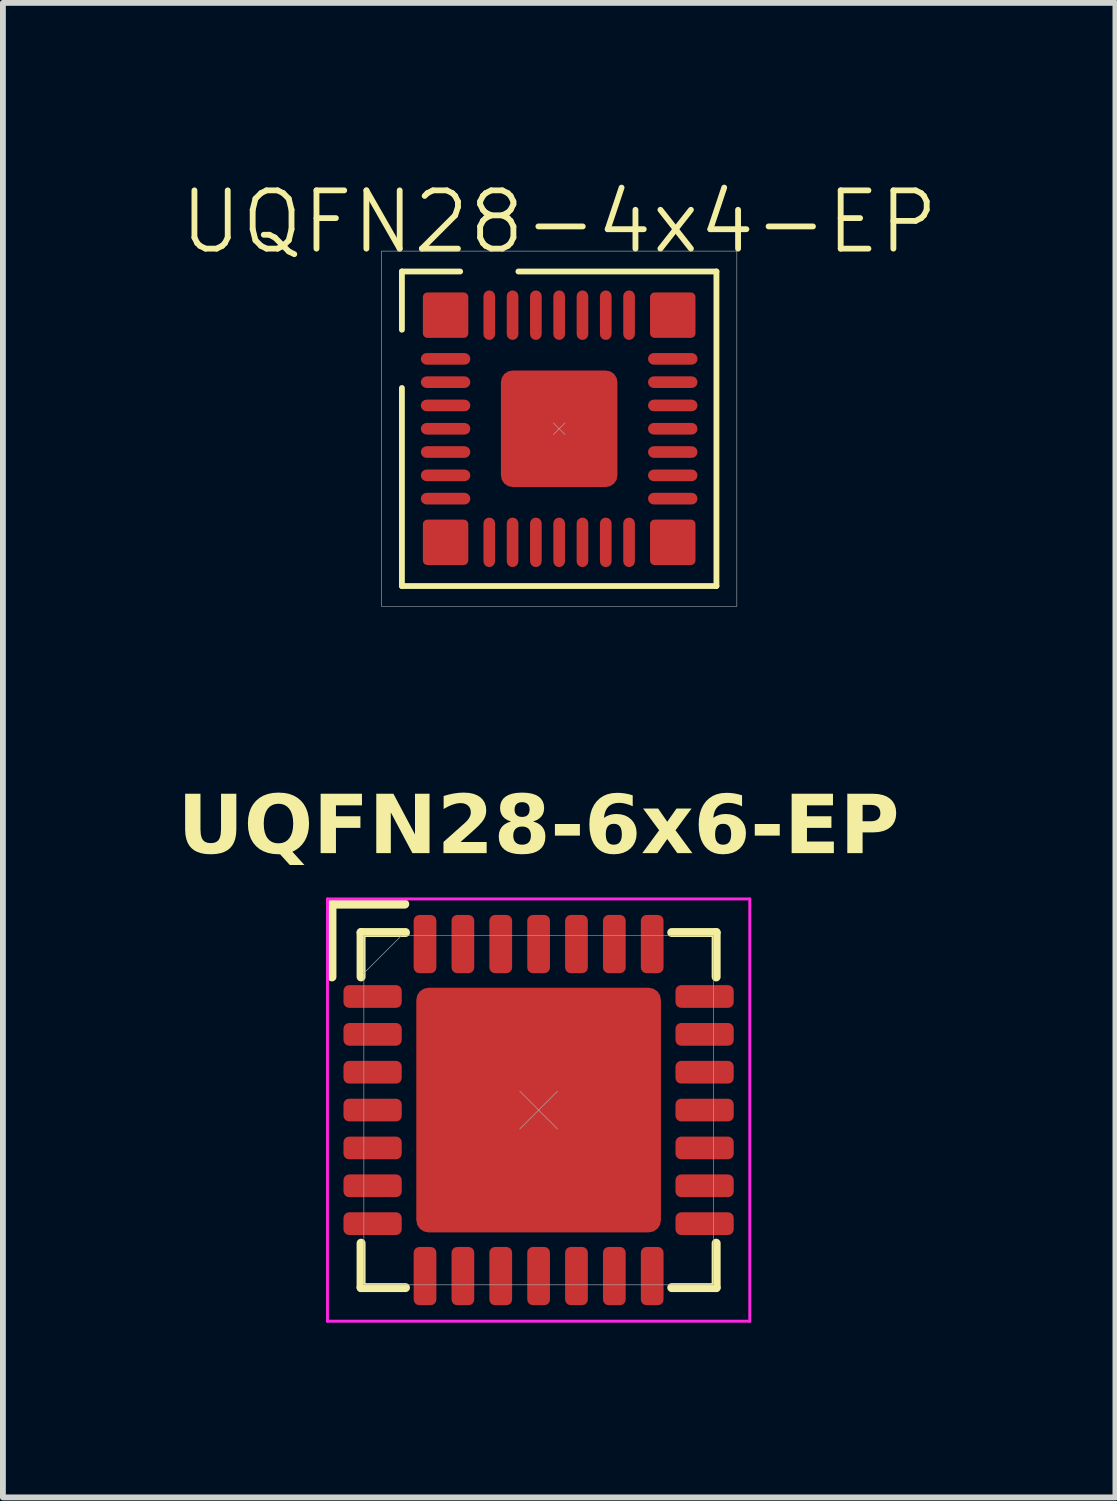
<source format=kicad_pcb>
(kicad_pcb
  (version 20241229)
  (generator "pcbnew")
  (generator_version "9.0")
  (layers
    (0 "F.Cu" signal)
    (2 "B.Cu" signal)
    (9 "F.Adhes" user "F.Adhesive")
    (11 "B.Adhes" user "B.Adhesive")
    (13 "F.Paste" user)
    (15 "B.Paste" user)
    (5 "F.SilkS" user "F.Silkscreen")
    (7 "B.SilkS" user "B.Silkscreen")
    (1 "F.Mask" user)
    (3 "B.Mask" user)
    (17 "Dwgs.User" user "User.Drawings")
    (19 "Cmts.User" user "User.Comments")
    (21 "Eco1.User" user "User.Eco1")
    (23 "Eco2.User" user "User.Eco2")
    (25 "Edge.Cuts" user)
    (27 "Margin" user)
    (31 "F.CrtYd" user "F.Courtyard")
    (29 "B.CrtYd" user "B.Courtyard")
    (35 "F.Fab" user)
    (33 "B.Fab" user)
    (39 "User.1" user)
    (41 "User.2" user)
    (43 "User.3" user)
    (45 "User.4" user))
  (footprint "UQFN28-4x4-EP"
    (layer "F.Cu")
    (at 6.55 4.311)
    (property "Reference" "UQFN28-4x4-EP" (at 0 -3.55 0) (unlocked yes) (layer "F.SilkS") (effects (font (size 1 1) (thickness 0.1))))
    (attr smd)
    (fp_line (start -2.7 -2.7) (end -2.7 -1.7) (stroke (width 0.1) (type default)) (layer "F.SilkS"))
    (fp_line (start -2.7 -2.7) (end -1.7 -2.7) (stroke (width 0.1) (type default)) (layer "F.SilkS"))
    (fp_line (start -2.7 2.7) (end -2.7 -0.7) (stroke (width 0.1) (type default)) (layer "F.SilkS"))
    (fp_line (start -2.7 2.7) (end 2.7 2.7) (stroke (width 0.1) (type default)) (layer "F.SilkS"))
    (fp_line (start 2.7 -2.7) (end -0.7 -2.7) (stroke (width 0.1) (type default)) (layer "F.SilkS"))
    (fp_line (start 2.7 2.7) (end 2.7 -2.7) (stroke (width 0.1) (type default)) (layer "F.SilkS"))
    (fp_line (start -0.1 -0.1) (end 0.1 0.1) (stroke (width 0.01) (type default)) (layer "F.Fab"))
    (fp_line (start 0.1 -0.1) (end -0.1 0.1) (stroke (width 0.01) (type default)) (layer "F.Fab"))
    (fp_rect (start -3.05 -3.05) (end 3.05 3.05) (stroke (width 0.01) (type default)) (fill no) (layer "F.Fab"))
    (pad "0" smd roundrect (at -1.95 -1.95) (size 0.78 0.78) (layers "F.Cu" "F.Mask" "F.Paste") (roundrect_rratio 0.1))
    (pad "0" smd roundrect (at -1.95 1.95) (size 0.78 0.78) (layers "F.Cu" "F.Mask" "F.Paste") (roundrect_rratio 0.1))
    (pad "0" smd roundrect (at 1.95 -1.95) (size 0.78 0.78) (layers "F.Cu" "F.Mask" "F.Paste") (roundrect_rratio 0.1))
    (pad "0" smd roundrect (at 1.95 1.95) (size 0.78 0.78) (layers "F.Cu" "F.Mask" "F.Paste") (roundrect_rratio 0.1))
    (pad "1" smd roundrect (at -1.95 -1.2 90) (size 0.2 0.85) (layers "F.Cu" "F.Mask" "F.Paste") (roundrect_rratio 0.5))
    (pad "2" smd roundrect (at -1.95 -0.8 90) (size 0.2 0.85) (layers "F.Cu" "F.Mask" "F.Paste") (roundrect_rratio 0.5))
    (pad "3" smd roundrect (at -1.95 -0.4 90) (size 0.2 0.85) (layers "F.Cu" "F.Mask" "F.Paste") (roundrect_rratio 0.5))
    (pad "4" smd roundrect (at -1.95 0.000001 90) (size 0.2 0.85) (layers "F.Cu" "F.Mask" "F.Paste") (roundrect_rratio 0.5))
    (pad "5" smd roundrect (at -1.95 0.4 90) (size 0.2 0.85) (layers "F.Cu" "F.Mask" "F.Paste") (roundrect_rratio 0.5))
    (pad "6" smd roundrect (at -1.95 0.8 90) (size 0.2 0.85) (layers "F.Cu" "F.Mask" "F.Paste") (roundrect_rratio 0.5))
    (pad "7" smd roundrect (at -1.95 1.2 90) (size 0.2 0.85) (layers "F.Cu" "F.Mask" "F.Paste") (roundrect_rratio 0.5))
    (pad "8" smd roundrect (at -1.2 1.95) (size 0.2 0.85) (layers "F.Cu" "F.Mask" "F.Paste") (roundrect_rratio 0.5))
    (pad "9" smd roundrect (at -0.8 1.95) (size 0.2 0.85) (layers "F.Cu" "F.Mask" "F.Paste") (roundrect_rratio 0.5))
    (pad "10" smd roundrect (at -0.4 1.95) (size 0.2 0.85) (layers "F.Cu" "F.Mask" "F.Paste") (roundrect_rratio 0.5))
    (pad "11" smd roundrect (at 0 1.95) (size 0.2 0.85) (layers "F.Cu" "F.Mask" "F.Paste") (roundrect_rratio 0.5))
    (pad "12" smd roundrect (at 0.4 1.95) (size 0.2 0.85) (layers "F.Cu" "F.Mask" "F.Paste") (roundrect_rratio 0.5))
    (pad "13" smd roundrect (at 0.8 1.95) (size 0.2 0.85) (layers "F.Cu" "F.Mask" "F.Paste") (roundrect_rratio 0.5))
    (pad "14" smd roundrect (at 1.2 1.95) (size 0.2 0.85) (layers "F.Cu" "F.Mask" "F.Paste") (roundrect_rratio 0.5))
    (pad "15" smd roundrect (at 1.95 1.2 90) (size 0.2 0.85) (layers "F.Cu" "F.Mask" "F.Paste") (roundrect_rratio 0.5))
    (pad "16" smd roundrect (at 1.95 0.8 90) (size 0.2 0.85) (layers "F.Cu" "F.Mask" "F.Paste") (roundrect_rratio 0.5))
    (pad "17" smd roundrect (at 1.95 0.4 90) (size 0.2 0.85) (layers "F.Cu" "F.Mask" "F.Paste") (roundrect_rratio 0.5))
    (pad "18" smd roundrect (at 1.95 0 90) (size 0.2 0.85) (layers "F.Cu" "F.Mask" "F.Paste") (roundrect_rratio 0.5))
    (pad "19" smd roundrect (at 1.95 -0.4 90) (size 0.2 0.85) (layers "F.Cu" "F.Mask" "F.Paste") (roundrect_rratio 0.5))
    (pad "20" smd roundrect (at 1.95 -0.8 90) (size 0.2 0.85) (layers "F.Cu" "F.Mask" "F.Paste") (roundrect_rratio 0.5))
    (pad "21" smd roundrect (at 1.95 -1.2 90) (size 0.2 0.85) (layers "F.Cu" "F.Mask" "F.Paste") (roundrect_rratio 0.5))
    (pad "22" smd roundrect (at 1.2 -1.95) (size 0.2 0.85) (layers "F.Cu" "F.Mask" "F.Paste") (roundrect_rratio 0.5))
    (pad "23" smd roundrect (at 0.8 -1.95) (size 0.2 0.85) (layers "F.Cu" "F.Mask" "F.Paste") (roundrect_rratio 0.5))
    (pad "24" smd roundrect (at 0.4 -1.95) (size 0.2 0.85) (layers "F.Cu" "F.Mask" "F.Paste") (roundrect_rratio 0.5))
    (pad "25" smd roundrect (at 0 -1.95) (size 0.2 0.85) (layers "F.Cu" "F.Mask" "F.Paste") (roundrect_rratio 0.5))
    (pad "26" smd roundrect (at -0.4 -1.95) (size 0.2 0.85) (layers "F.Cu" "F.Mask" "F.Paste") (roundrect_rratio 0.5))
    (pad "27" smd roundrect (at -0.8 -1.95) (size 0.2 0.85) (layers "F.Cu" "F.Mask" "F.Paste") (roundrect_rratio 0.5))
    (pad "28" smd roundrect (at -1.2 -1.95) (size 0.2 0.85) (layers "F.Cu" "F.Mask" "F.Paste") (roundrect_rratio 0.5))
    (pad "29" smd roundrect (at 0 0) (size 2 2) (layers "F.Cu" "F.Mask" "F.Paste") (roundrect_rratio 0.1)))
  (footprint "UQFN28-6x6-EP"
    (layer "F.Cu")
    (at 6.197 16.008)
    (property "Reference" "UQFN28-6x6-EP" (at 0 -4.826 0) (layer "F.SilkS") (effects (font (face "Arial") (size 1 1) (thickness 0.15) (bold yes))))
    (attr smd)
    (fp_line (start -3.548 -3.536) (end -2.298 -3.536) (stroke (width 0.154) (type default)) (layer "F.SilkS"))
    (fp_line (start -3.548 -2.286) (end -3.548 -3.536) (stroke (width 0.154) (type default)) (layer "F.SilkS"))
    (fp_line (start -3.048 -3.048) (end -3.048 -2.286) (stroke (width 0.154) (type solid)) (layer "F.SilkS"))
    (fp_line (start -3.048 2.286) (end -3.048 3.048) (stroke (width 0.154) (type solid)) (layer "F.SilkS"))
    (fp_line (start -3.048 3.048) (end -2.286 3.048) (stroke (width 0.154) (type solid)) (layer "F.SilkS"))
    (fp_line (start -2.286 -3.048) (end -3.048 -3.048) (stroke (width 0.154) (type solid)) (layer "F.SilkS"))
    (fp_line (start 2.286 3.048) (end 3.048 3.048) (stroke (width 0.154) (type solid)) (layer "F.SilkS"))
    (fp_line (start 3.048 -3.048) (end 2.286 -3.048) (stroke (width 0.154) (type solid)) (layer "F.SilkS"))
    (fp_line (start 3.048 -2.286) (end 3.048 -3.048) (stroke (width 0.154) (type solid)) (layer "F.SilkS"))
    (fp_line (start 3.048 3.048) (end 3.048 2.286) (stroke (width 0.154) (type solid)) (layer "F.SilkS"))
    (fp_line (start -3.625 -3.625) (end 3.625 -3.625) (stroke (width 0.05) (type solid)) (layer "F.CrtYd"))
    (fp_line (start -3.625 3.625) (end -3.625 -3.625) (stroke (width 0.05) (type solid)) (layer "F.CrtYd"))
    (fp_line (start 3.625 -3.625) (end 3.625 3.625) (stroke (width 0.05) (type solid)) (layer "F.CrtYd"))
    (fp_line (start 3.625 3.625) (end -3.625 3.625) (stroke (width 0.05) (type solid)) (layer "F.CrtYd"))
    (fp_line (start -3 -3) (end 3 -3) (stroke (width 0.01) (type solid)) (layer "F.Fab"))
    (fp_line (start -3 -2.35) (end -2.35 -3) (stroke (width 0.01) (type solid)) (layer "F.Fab"))
    (fp_line (start -3 3) (end -3 -3) (stroke (width 0.01) (type solid)) (layer "F.Fab"))
    (fp_line (start -0.325 0.325) (end 0.325 -0.325) (stroke (width 0.01) (type solid)) (layer "F.Fab"))
    (fp_line (start 0.325 0.325) (end -0.325 -0.325) (stroke (width 0.01) (type solid)) (layer "F.Fab"))
    (fp_line (start 3 -3) (end 3 3) (stroke (width 0.01) (type solid)) (layer "F.Fab"))
    (fp_line (start 3 3) (end -3 3) (stroke (width 0.01) (type solid)) (layer "F.Fab"))
    (pad "1" smd roundrect (at -2.85 -1.95 90) (size 0.39 1) (layers "F.Cu" "F.Mask" "F.Paste") (roundrect_rratio 0.25))
    (pad "2" smd roundrect (at -2.85 -1.3 90) (size 0.39 1) (layers "F.Cu" "F.Mask" "F.Paste") (roundrect_rratio 0.25))
    (pad "3" smd roundrect (at -2.85 -0.65 90) (size 0.39 1) (layers "F.Cu" "F.Mask" "F.Paste") (roundrect_rratio 0.25))
    (pad "4" smd roundrect (at -2.85 0 90) (size 0.39 1) (layers "F.Cu" "F.Mask" "F.Paste") (roundrect_rratio 0.25))
    (pad "5" smd roundrect (at -2.85 0.65 90) (size 0.39 1) (layers "F.Cu" "F.Mask" "F.Paste") (roundrect_rratio 0.25))
    (pad "6" smd roundrect (at -2.85 1.3 90) (size 0.39 1) (layers "F.Cu" "F.Mask" "F.Paste") (roundrect_rratio 0.25))
    (pad "7" smd roundrect (at -2.85 1.95 90) (size 0.39 1) (layers "F.Cu" "F.Mask" "F.Paste") (roundrect_rratio 0.25))
    (pad "8" smd roundrect (at -1.95 2.85 180) (size 0.39 1) (layers "F.Cu" "F.Mask" "F.Paste") (roundrect_rratio 0.25))
    (pad "9" smd roundrect (at -1.3 2.85 180) (size 0.39 1) (layers "F.Cu" "F.Mask" "F.Paste") (roundrect_rratio 0.25))
    (pad "10" smd roundrect (at -0.65 2.85 180) (size 0.39 1) (layers "F.Cu" "F.Mask" "F.Paste") (roundrect_rratio 0.25))
    (pad "11" smd roundrect (at 0 2.85 180) (size 0.39 1) (layers "F.Cu" "F.Mask" "F.Paste") (roundrect_rratio 0.25))
    (pad "12" smd roundrect (at 0.65 2.85 180) (size 0.39 1) (layers "F.Cu" "F.Mask" "F.Paste") (roundrect_rratio 0.25))
    (pad "13" smd roundrect (at 1.3 2.85 180) (size 0.39 1) (layers "F.Cu" "F.Mask" "F.Paste") (roundrect_rratio 0.25))
    (pad "14" smd roundrect (at 1.95 2.85 180) (size 0.39 1) (layers "F.Cu" "F.Mask" "F.Paste") (roundrect_rratio 0.25))
    (pad "15" smd roundrect (at 2.85 1.95 90) (size 0.39 1) (layers "F.Cu" "F.Mask" "F.Paste") (roundrect_rratio 0.25))
    (pad "16" smd roundrect (at 2.85 1.3 90) (size 0.39 1) (layers "F.Cu" "F.Mask" "F.Paste") (roundrect_rratio 0.25))
    (pad "17" smd roundrect (at 2.85 0.65 90) (size 0.39 1) (layers "F.Cu" "F.Mask" "F.Paste") (roundrect_rratio 0.25))
    (pad "18" smd roundrect (at 2.85 0 90) (size 0.39 1) (layers "F.Cu" "F.Mask" "F.Paste") (roundrect_rratio 0.25))
    (pad "19" smd roundrect (at 2.85 -0.65 90) (size 0.39 1) (layers "F.Cu" "F.Mask" "F.Paste") (roundrect_rratio 0.25))
    (pad "20" smd roundrect (at 2.85 -1.3 90) (size 0.39 1) (layers "F.Cu" "F.Mask" "F.Paste") (roundrect_rratio 0.25))
    (pad "21" smd roundrect (at 2.85 -1.95 90) (size 0.39 1) (layers "F.Cu" "F.Mask" "F.Paste") (roundrect_rratio 0.25))
    (pad "22" smd roundrect (at 1.95 -2.85 180) (size 0.39 1) (layers "F.Cu" "F.Mask" "F.Paste") (roundrect_rratio 0.25))
    (pad "23" smd roundrect (at 1.3 -2.85 180) (size 0.39 1) (layers "F.Cu" "F.Mask" "F.Paste") (roundrect_rratio 0.25))
    (pad "24" smd roundrect (at 0.65 -2.85 180) (size 0.39 1) (layers "F.Cu" "F.Mask" "F.Paste") (roundrect_rratio 0.25))
    (pad "25" smd roundrect (at 0 -2.85 180) (size 0.39 1) (layers "F.Cu" "F.Mask" "F.Paste") (roundrect_rratio 0.25))
    (pad "26" smd roundrect (at -0.65 -2.85 180) (size 0.39 1) (layers "F.Cu" "F.Mask" "F.Paste") (roundrect_rratio 0.25))
    (pad "27" smd roundrect (at -1.3 -2.85 180) (size 0.39 1) (layers "F.Cu" "F.Mask" "F.Paste") (roundrect_rratio 0.25))
    (pad "28" smd roundrect (at -1.95 -2.85 180) (size 0.39 1) (layers "F.Cu" "F.Mask" "F.Paste") (roundrect_rratio 0.25))
    (pad "29" smd roundrect (at 0 0) (size 4.2 4.2) (layers "F.Cu" "F.Mask" "F.Paste") (roundrect_rratio 0.05)))
  (gr_rect
    (start -3 -3)
    (end 16.1 22.658)
    (stroke (width 0.1) (type default))
    (fill no)
    (layer "Edge.Cuts")))
</source>
